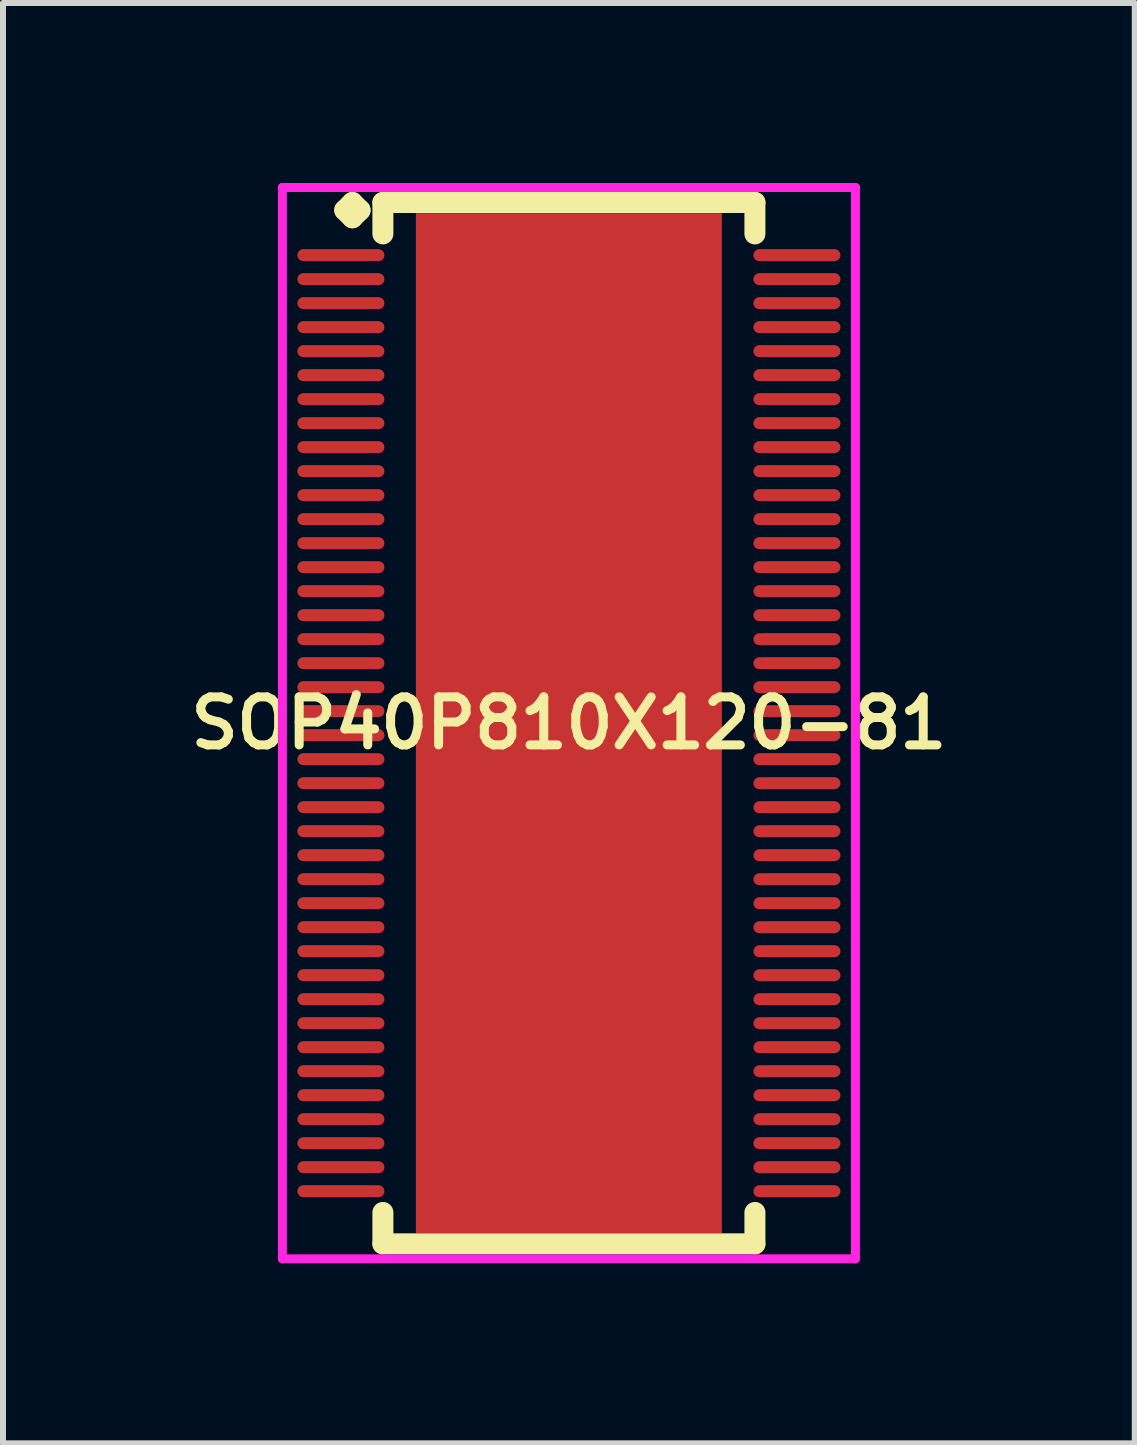
<source format=kicad_pcb>
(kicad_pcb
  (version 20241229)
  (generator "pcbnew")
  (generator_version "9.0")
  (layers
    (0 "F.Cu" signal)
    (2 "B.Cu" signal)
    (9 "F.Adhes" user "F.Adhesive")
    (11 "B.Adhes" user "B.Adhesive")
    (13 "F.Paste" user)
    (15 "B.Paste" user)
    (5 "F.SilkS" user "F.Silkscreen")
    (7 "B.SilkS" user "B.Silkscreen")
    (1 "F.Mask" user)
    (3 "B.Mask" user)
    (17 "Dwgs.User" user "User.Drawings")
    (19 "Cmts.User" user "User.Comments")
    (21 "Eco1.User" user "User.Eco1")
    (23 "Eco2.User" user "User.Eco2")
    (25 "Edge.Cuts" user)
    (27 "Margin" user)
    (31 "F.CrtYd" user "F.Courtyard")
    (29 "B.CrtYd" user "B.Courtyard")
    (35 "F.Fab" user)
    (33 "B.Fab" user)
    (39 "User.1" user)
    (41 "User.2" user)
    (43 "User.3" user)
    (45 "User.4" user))
  (footprint "SOP40P810X120-81"
    (layer "F.Cu")
    (at 6.431 9.002)
    (property "Reference" "SOP40P810X120-81" (at 0 0 0) (layer "F.SilkS") (effects (font (size 0.8 0.8) (thickness 0.15))))
    (attr smd)
    (fp_line (start -3.735 -8.55) (end -3.608 -8.677) (stroke (width 0.35) (type solid)) (layer "F.SilkS"))
    (fp_line (start -3.608 -8.677) (end -3.481 -8.55) (stroke (width 0.35) (type solid)) (layer "F.SilkS"))
    (fp_line (start -3.608 -8.423) (end -3.735 -8.55) (stroke (width 0.35) (type solid)) (layer "F.SilkS"))
    (fp_line (start -3.481 -8.55) (end -3.608 -8.423) (stroke (width 0.35) (type solid)) (layer "F.SilkS"))
    (fp_line (start -3.1 -8.677) (end 3.1 -8.677) (stroke (width 0.35) (type solid)) (layer "F.SilkS"))
    (fp_line (start -3.1 -8.154) (end -3.1 -8.677) (stroke (width 0.35) (type solid)) (layer "F.SilkS"))
    (fp_line (start -3.1 8.154) (end -3.1 8.677) (stroke (width 0.35) (type solid)) (layer "F.SilkS"))
    (fp_line (start -3.1 8.677) (end 3.1 8.677) (stroke (width 0.35) (type solid)) (layer "F.SilkS"))
    (fp_line (start 3.1 -8.677) (end 3.1 -8.154) (stroke (width 0.35) (type solid)) (layer "F.SilkS"))
    (fp_line (start 3.1 8.677) (end 3.1 8.154) (stroke (width 0.35) (type solid)) (layer "F.SilkS"))
    (fp_line (start -4.775 -8.927) (end 4.775 -8.927) (stroke (width 0.15) (type solid)) (layer "F.CrtYd"))
    (fp_line (start -4.775 8.927) (end -4.775 -8.927) (stroke (width 0.15) (type solid)) (layer "F.CrtYd"))
    (fp_line (start 4.775 -8.927) (end 4.775 8.927) (stroke (width 0.15) (type solid)) (layer "F.CrtYd"))
    (fp_line (start 4.775 8.927) (end -4.775 8.927) (stroke (width 0.15) (type solid)) (layer "F.CrtYd"))
    (pad "1" smd oval (at -3.8 -7.8) (size 1.45 0.2) (layers "F.Cu" "F.Mask" "F.Paste"))
    (pad "2" smd oval (at -3.8 -7.4) (size 1.45 0.2) (layers "F.Cu" "F.Mask" "F.Paste"))
    (pad "3" smd oval (at -3.8 -7) (size 1.45 0.2) (layers "F.Cu" "F.Mask" "F.Paste"))
    (pad "4" smd oval (at -3.8 -6.6) (size 1.45 0.2) (layers "F.Cu" "F.Mask" "F.Paste"))
    (pad "5" smd oval (at -3.8 -6.2) (size 1.45 0.2) (layers "F.Cu" "F.Mask" "F.Paste"))
    (pad "6" smd oval (at -3.8 -5.8) (size 1.45 0.2) (layers "F.Cu" "F.Mask" "F.Paste"))
    (pad "7" smd oval (at -3.8 -5.4) (size 1.45 0.2) (layers "F.Cu" "F.Mask" "F.Paste"))
    (pad "8" smd oval (at -3.8 -5) (size 1.45 0.2) (layers "F.Cu" "F.Mask" "F.Paste"))
    (pad "9" smd oval (at -3.8 -4.6) (size 1.45 0.2) (layers "F.Cu" "F.Mask" "F.Paste"))
    (pad "10" smd oval (at -3.8 -4.2) (size 1.45 0.2) (layers "F.Cu" "F.Mask" "F.Paste"))
    (pad "11" smd oval (at -3.8 -3.8) (size 1.45 0.2) (layers "F.Cu" "F.Mask" "F.Paste"))
    (pad "12" smd oval (at -3.8 -3.4) (size 1.45 0.2) (layers "F.Cu" "F.Mask" "F.Paste"))
    (pad "13" smd oval (at -3.8 -3) (size 1.45 0.2) (layers "F.Cu" "F.Mask" "F.Paste"))
    (pad "14" smd oval (at -3.8 -2.6) (size 1.45 0.2) (layers "F.Cu" "F.Mask" "F.Paste"))
    (pad "15" smd oval (at -3.8 -2.2) (size 1.45 0.2) (layers "F.Cu" "F.Mask" "F.Paste"))
    (pad "16" smd oval (at -3.8 -1.8) (size 1.45 0.2) (layers "F.Cu" "F.Mask" "F.Paste"))
    (pad "17" smd oval (at -3.8 -1.4) (size 1.45 0.2) (layers "F.Cu" "F.Mask" "F.Paste"))
    (pad "18" smd oval (at -3.8 -1) (size 1.45 0.2) (layers "F.Cu" "F.Mask" "F.Paste"))
    (pad "19" smd oval (at -3.8 -0.6) (size 1.45 0.2) (layers "F.Cu" "F.Mask" "F.Paste"))
    (pad "20" smd oval (at -3.8 -0.2) (size 1.45 0.2) (layers "F.Cu" "F.Mask" "F.Paste"))
    (pad "21" smd oval (at -3.8 0.2) (size 1.45 0.2) (layers "F.Cu" "F.Mask" "F.Paste"))
    (pad "22" smd oval (at -3.8 0.6) (size 1.45 0.2) (layers "F.Cu" "F.Mask" "F.Paste"))
    (pad "23" smd oval (at -3.8 1) (size 1.45 0.2) (layers "F.Cu" "F.Mask" "F.Paste"))
    (pad "24" smd oval (at -3.8 1.4) (size 1.45 0.2) (layers "F.Cu" "F.Mask" "F.Paste"))
    (pad "25" smd oval (at -3.8 1.8) (size 1.45 0.2) (layers "F.Cu" "F.Mask" "F.Paste"))
    (pad "26" smd oval (at -3.8 2.2) (size 1.45 0.2) (layers "F.Cu" "F.Mask" "F.Paste"))
    (pad "27" smd oval (at -3.8 2.6) (size 1.45 0.2) (layers "F.Cu" "F.Mask" "F.Paste"))
    (pad "28" smd oval (at -3.8 3) (size 1.45 0.2) (layers "F.Cu" "F.Mask" "F.Paste"))
    (pad "29" smd oval (at -3.8 3.4) (size 1.45 0.2) (layers "F.Cu" "F.Mask" "F.Paste"))
    (pad "30" smd oval (at -3.8 3.8) (size 1.45 0.2) (layers "F.Cu" "F.Mask" "F.Paste"))
    (pad "31" smd oval (at -3.8 4.2) (size 1.45 0.2) (layers "F.Cu" "F.Mask" "F.Paste"))
    (pad "32" smd oval (at -3.8 4.6) (size 1.45 0.2) (layers "F.Cu" "F.Mask" "F.Paste"))
    (pad "33" smd oval (at -3.8 5) (size 1.45 0.2) (layers "F.Cu" "F.Mask" "F.Paste"))
    (pad "34" smd oval (at -3.8 5.4) (size 1.45 0.2) (layers "F.Cu" "F.Mask" "F.Paste"))
    (pad "35" smd oval (at -3.8 5.8) (size 1.45 0.2) (layers "F.Cu" "F.Mask" "F.Paste"))
    (pad "36" smd oval (at -3.8 6.2) (size 1.45 0.2) (layers "F.Cu" "F.Mask" "F.Paste"))
    (pad "37" smd oval (at -3.8 6.6) (size 1.45 0.2) (layers "F.Cu" "F.Mask" "F.Paste"))
    (pad "38" smd oval (at -3.8 7) (size 1.45 0.2) (layers "F.Cu" "F.Mask" "F.Paste"))
    (pad "39" smd oval (at -3.8 7.4) (size 1.45 0.2) (layers "F.Cu" "F.Mask" "F.Paste"))
    (pad "40" smd oval (at -3.8 7.8) (size 1.45 0.2) (layers "F.Cu" "F.Mask" "F.Paste"))
    (pad "41" smd oval (at 3.8 7.8) (size 1.45 0.2) (layers "F.Cu" "F.Mask" "F.Paste"))
    (pad "42" smd oval (at 3.8 7.4) (size 1.45 0.2) (layers "F.Cu" "F.Mask" "F.Paste"))
    (pad "43" smd oval (at 3.8 7) (size 1.45 0.2) (layers "F.Cu" "F.Mask" "F.Paste"))
    (pad "44" smd oval (at 3.8 6.6) (size 1.45 0.2) (layers "F.Cu" "F.Mask" "F.Paste"))
    (pad "45" smd oval (at 3.8 6.2) (size 1.45 0.2) (layers "F.Cu" "F.Mask" "F.Paste"))
    (pad "46" smd oval (at 3.8 5.8) (size 1.45 0.2) (layers "F.Cu" "F.Mask" "F.Paste"))
    (pad "47" smd oval (at 3.8 5.4) (size 1.45 0.2) (layers "F.Cu" "F.Mask" "F.Paste"))
    (pad "48" smd oval (at 3.8 5) (size 1.45 0.2) (layers "F.Cu" "F.Mask" "F.Paste"))
    (pad "49" smd oval (at 3.8 4.6) (size 1.45 0.2) (layers "F.Cu" "F.Mask" "F.Paste"))
    (pad "50" smd oval (at 3.8 4.2) (size 1.45 0.2) (layers "F.Cu" "F.Mask" "F.Paste"))
    (pad "51" smd oval (at 3.8 3.8) (size 1.45 0.2) (layers "F.Cu" "F.Mask" "F.Paste"))
    (pad "52" smd oval (at 3.8 3.4) (size 1.45 0.2) (layers "F.Cu" "F.Mask" "F.Paste"))
    (pad "53" smd oval (at 3.8 3) (size 1.45 0.2) (layers "F.Cu" "F.Mask" "F.Paste"))
    (pad "54" smd oval (at 3.8 2.6) (size 1.45 0.2) (layers "F.Cu" "F.Mask" "F.Paste"))
    (pad "55" smd oval (at 3.8 2.2) (size 1.45 0.2) (layers "F.Cu" "F.Mask" "F.Paste"))
    (pad "56" smd oval (at 3.8 1.8) (size 1.45 0.2) (layers "F.Cu" "F.Mask" "F.Paste"))
    (pad "57" smd oval (at 3.8 1.4) (size 1.45 0.2) (layers "F.Cu" "F.Mask" "F.Paste"))
    (pad "58" smd oval (at 3.8 1) (size 1.45 0.2) (layers "F.Cu" "F.Mask" "F.Paste"))
    (pad "59" smd oval (at 3.8 0.6) (size 1.45 0.2) (layers "F.Cu" "F.Mask" "F.Paste"))
    (pad "60" smd oval (at 3.8 0.2) (size 1.45 0.2) (layers "F.Cu" "F.Mask" "F.Paste"))
    (pad "61" smd oval (at 3.8 -0.2) (size 1.45 0.2) (layers "F.Cu" "F.Mask" "F.Paste"))
    (pad "62" smd oval (at 3.8 -0.6) (size 1.45 0.2) (layers "F.Cu" "F.Mask" "F.Paste"))
    (pad "63" smd oval (at 3.8 -1) (size 1.45 0.2) (layers "F.Cu" "F.Mask" "F.Paste"))
    (pad "64" smd oval (at 3.8 -1.4) (size 1.45 0.2) (layers "F.Cu" "F.Mask" "F.Paste"))
    (pad "65" smd oval (at 3.8 -1.8) (size 1.45 0.2) (layers "F.Cu" "F.Mask" "F.Paste"))
    (pad "66" smd oval (at 3.8 -2.2) (size 1.45 0.2) (layers "F.Cu" "F.Mask" "F.Paste"))
    (pad "67" smd oval (at 3.8 -2.6) (size 1.45 0.2) (layers "F.Cu" "F.Mask" "F.Paste"))
    (pad "68" smd oval (at 3.8 -3) (size 1.45 0.2) (layers "F.Cu" "F.Mask" "F.Paste"))
    (pad "69" smd oval (at 3.8 -3.4) (size 1.45 0.2) (layers "F.Cu" "F.Mask" "F.Paste"))
    (pad "70" smd oval (at 3.8 -3.8) (size 1.45 0.2) (layers "F.Cu" "F.Mask" "F.Paste"))
    (pad "71" smd oval (at 3.8 -4.2) (size 1.45 0.2) (layers "F.Cu" "F.Mask" "F.Paste"))
    (pad "72" smd oval (at 3.8 -4.6) (size 1.45 0.2) (layers "F.Cu" "F.Mask" "F.Paste"))
    (pad "73" smd oval (at 3.8 -5) (size 1.45 0.2) (layers "F.Cu" "F.Mask" "F.Paste"))
    (pad "74" smd oval (at 3.8 -5.4) (size 1.45 0.2) (layers "F.Cu" "F.Mask" "F.Paste"))
    (pad "75" smd oval (at 3.8 -5.8) (size 1.45 0.2) (layers "F.Cu" "F.Mask" "F.Paste"))
    (pad "76" smd oval (at 3.8 -6.2) (size 1.45 0.2) (layers "F.Cu" "F.Mask" "F.Paste"))
    (pad "77" smd oval (at 3.8 -6.6) (size 1.45 0.2) (layers "F.Cu" "F.Mask" "F.Paste"))
    (pad "78" smd oval (at 3.8 -7) (size 1.45 0.2) (layers "F.Cu" "F.Mask" "F.Paste"))
    (pad "79" smd oval (at 3.8 -7.4) (size 1.45 0.2) (layers "F.Cu" "F.Mask" "F.Paste"))
    (pad "80" smd oval (at 3.8 -7.8) (size 1.45 0.2) (layers "F.Cu" "F.Mask" "F.Paste"))
    (pad "81" smd rect (at 0 0) (size 5.1 17) (layers "F.Cu" "F.Mask" "F.Paste")))
  (gr_rect
    (start -3 -3)
    (end 15.861 21.004)
    (stroke (width 0.1) (type default))
    (fill no)
    (layer "Edge.Cuts")))
</source>
